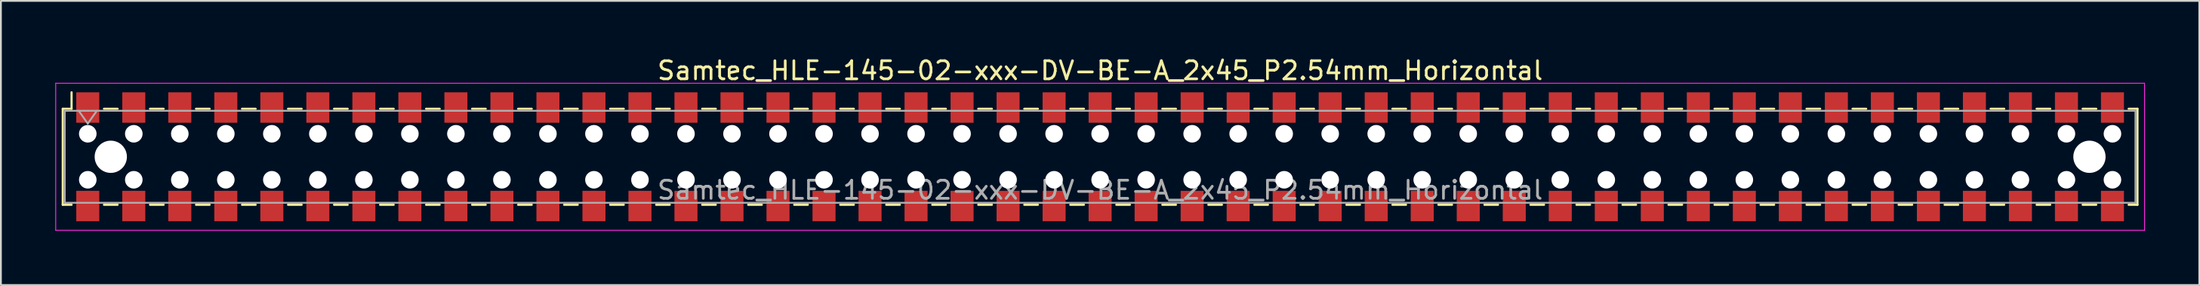
<source format=kicad_pcb>
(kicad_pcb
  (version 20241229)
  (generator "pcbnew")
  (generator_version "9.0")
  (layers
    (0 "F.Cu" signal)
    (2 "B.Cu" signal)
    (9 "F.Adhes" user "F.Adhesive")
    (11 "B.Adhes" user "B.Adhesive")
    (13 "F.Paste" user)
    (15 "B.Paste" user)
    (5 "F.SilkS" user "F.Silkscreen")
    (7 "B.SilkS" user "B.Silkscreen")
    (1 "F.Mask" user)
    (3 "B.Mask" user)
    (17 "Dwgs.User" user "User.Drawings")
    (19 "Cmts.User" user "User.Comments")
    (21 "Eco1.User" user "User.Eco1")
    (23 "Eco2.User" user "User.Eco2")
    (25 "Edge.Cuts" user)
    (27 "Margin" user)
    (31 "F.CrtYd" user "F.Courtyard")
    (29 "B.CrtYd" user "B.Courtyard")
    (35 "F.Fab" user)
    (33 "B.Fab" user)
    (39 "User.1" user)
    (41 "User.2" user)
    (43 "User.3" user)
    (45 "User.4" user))
  (footprint "Samtec_HLE-145-02-xxx-DV-BE-A_2x45_P2.54mm_Horizontal"
    (layer "F.Cu")
    (at 57.675 5.608)
    (property "Reference" "Samtec_HLE-145-02-xxx-DV-BE-A_2x45_P2.54mm_Horizontal" (at 0 -4.76 0) (layer "F.SilkS") (effects (font (size 1 1) (thickness 0.15))))
    (attr smd)
    (fp_line (start -57.26 -2.65) (end -57.26 2.65) (stroke (width 0.12) (type solid)) (layer "F.SilkS"))
    (fp_line (start -57.26 2.65) (end -56.775 2.65) (stroke (width 0.12) (type solid)) (layer "F.SilkS"))
    (fp_line (start -56.775 -3.56) (end -56.775 -2.65) (stroke (width 0.12) (type solid)) (layer "F.SilkS"))
    (fp_line (start -56.775 -2.65) (end -57.26 -2.65) (stroke (width 0.12) (type solid)) (layer "F.SilkS"))
    (fp_line (start -54.985 -2.65) (end -54.235 -2.65) (stroke (width 0.12) (type solid)) (layer "F.SilkS"))
    (fp_line (start -54.985 2.65) (end -54.235 2.65) (stroke (width 0.12) (type solid)) (layer "F.SilkS"))
    (fp_line (start -52.445 -2.65) (end -51.695 -2.65) (stroke (width 0.12) (type solid)) (layer "F.SilkS"))
    (fp_line (start -52.445 2.65) (end -51.695 2.65) (stroke (width 0.12) (type solid)) (layer "F.SilkS"))
    (fp_line (start -49.905 -2.65) (end -49.155 -2.65) (stroke (width 0.12) (type solid)) (layer "F.SilkS"))
    (fp_line (start -49.905 2.65) (end -49.155 2.65) (stroke (width 0.12) (type solid)) (layer "F.SilkS"))
    (fp_line (start -47.365 -2.65) (end -46.615 -2.65) (stroke (width 0.12) (type solid)) (layer "F.SilkS"))
    (fp_line (start -47.365 2.65) (end -46.615 2.65) (stroke (width 0.12) (type solid)) (layer "F.SilkS"))
    (fp_line (start -44.825 -2.65) (end -44.075 -2.65) (stroke (width 0.12) (type solid)) (layer "F.SilkS"))
    (fp_line (start -44.825 2.65) (end -44.075 2.65) (stroke (width 0.12) (type solid)) (layer "F.SilkS"))
    (fp_line (start -42.285 -2.65) (end -41.535 -2.65) (stroke (width 0.12) (type solid)) (layer "F.SilkS"))
    (fp_line (start -42.285 2.65) (end -41.535 2.65) (stroke (width 0.12) (type solid)) (layer "F.SilkS"))
    (fp_line (start -39.745 -2.65) (end -38.995 -2.65) (stroke (width 0.12) (type solid)) (layer "F.SilkS"))
    (fp_line (start -39.745 2.65) (end -38.995 2.65) (stroke (width 0.12) (type solid)) (layer "F.SilkS"))
    (fp_line (start -37.205 -2.65) (end -36.455 -2.65) (stroke (width 0.12) (type solid)) (layer "F.SilkS"))
    (fp_line (start -37.205 2.65) (end -36.455 2.65) (stroke (width 0.12) (type solid)) (layer "F.SilkS"))
    (fp_line (start -34.665 -2.65) (end -33.915 -2.65) (stroke (width 0.12) (type solid)) (layer "F.SilkS"))
    (fp_line (start -34.665 2.65) (end -33.915 2.65) (stroke (width 0.12) (type solid)) (layer "F.SilkS"))
    (fp_line (start -32.125 -2.65) (end -31.375 -2.65) (stroke (width 0.12) (type solid)) (layer "F.SilkS"))
    (fp_line (start -32.125 2.65) (end -31.375 2.65) (stroke (width 0.12) (type solid)) (layer "F.SilkS"))
    (fp_line (start -29.585 -2.65) (end -28.835 -2.65) (stroke (width 0.12) (type solid)) (layer "F.SilkS"))
    (fp_line (start -29.585 2.65) (end -28.835 2.65) (stroke (width 0.12) (type solid)) (layer "F.SilkS"))
    (fp_line (start -27.045 -2.65) (end -26.295 -2.65) (stroke (width 0.12) (type solid)) (layer "F.SilkS"))
    (fp_line (start -27.045 2.65) (end -26.295 2.65) (stroke (width 0.12) (type solid)) (layer "F.SilkS"))
    (fp_line (start -24.505 -2.65) (end -23.755 -2.65) (stroke (width 0.12) (type solid)) (layer "F.SilkS"))
    (fp_line (start -24.505 2.65) (end -23.755 2.65) (stroke (width 0.12) (type solid)) (layer "F.SilkS"))
    (fp_line (start -21.965 -2.65) (end -21.215 -2.65) (stroke (width 0.12) (type solid)) (layer "F.SilkS"))
    (fp_line (start -21.965 2.65) (end -21.215 2.65) (stroke (width 0.12) (type solid)) (layer "F.SilkS"))
    (fp_line (start -19.425 -2.65) (end -18.675 -2.65) (stroke (width 0.12) (type solid)) (layer "F.SilkS"))
    (fp_line (start -19.425 2.65) (end -18.675 2.65) (stroke (width 0.12) (type solid)) (layer "F.SilkS"))
    (fp_line (start -16.885 -2.65) (end -16.135 -2.65) (stroke (width 0.12) (type solid)) (layer "F.SilkS"))
    (fp_line (start -16.885 2.65) (end -16.135 2.65) (stroke (width 0.12) (type solid)) (layer "F.SilkS"))
    (fp_line (start -14.345 -2.65) (end -13.595 -2.65) (stroke (width 0.12) (type solid)) (layer "F.SilkS"))
    (fp_line (start -14.345 2.65) (end -13.595 2.65) (stroke (width 0.12) (type solid)) (layer "F.SilkS"))
    (fp_line (start -11.805 -2.65) (end -11.055 -2.65) (stroke (width 0.12) (type solid)) (layer "F.SilkS"))
    (fp_line (start -11.805 2.65) (end -11.055 2.65) (stroke (width 0.12) (type solid)) (layer "F.SilkS"))
    (fp_line (start -9.265 -2.65) (end -8.515 -2.65) (stroke (width 0.12) (type solid)) (layer "F.SilkS"))
    (fp_line (start -9.265 2.65) (end -8.515 2.65) (stroke (width 0.12) (type solid)) (layer "F.SilkS"))
    (fp_line (start -6.725 -2.65) (end -5.975 -2.65) (stroke (width 0.12) (type solid)) (layer "F.SilkS"))
    (fp_line (start -6.725 2.65) (end -5.975 2.65) (stroke (width 0.12) (type solid)) (layer "F.SilkS"))
    (fp_line (start -4.185 -2.65) (end -3.435 -2.65) (stroke (width 0.12) (type solid)) (layer "F.SilkS"))
    (fp_line (start -4.185 2.65) (end -3.435 2.65) (stroke (width 0.12) (type solid)) (layer "F.SilkS"))
    (fp_line (start -1.645 -2.65) (end -0.895 -2.65) (stroke (width 0.12) (type solid)) (layer "F.SilkS"))
    (fp_line (start -1.645 2.65) (end -0.895 2.65) (stroke (width 0.12) (type solid)) (layer "F.SilkS"))
    (fp_line (start 0.895 -2.65) (end 1.645 -2.65) (stroke (width 0.12) (type solid)) (layer "F.SilkS"))
    (fp_line (start 0.895 2.65) (end 1.645 2.65) (stroke (width 0.12) (type solid)) (layer "F.SilkS"))
    (fp_line (start 3.435 -2.65) (end 4.185 -2.65) (stroke (width 0.12) (type solid)) (layer "F.SilkS"))
    (fp_line (start 3.435 2.65) (end 4.185 2.65) (stroke (width 0.12) (type solid)) (layer "F.SilkS"))
    (fp_line (start 5.975 -2.65) (end 6.725 -2.65) (stroke (width 0.12) (type solid)) (layer "F.SilkS"))
    (fp_line (start 5.975 2.65) (end 6.725 2.65) (stroke (width 0.12) (type solid)) (layer "F.SilkS"))
    (fp_line (start 8.515 -2.65) (end 9.265 -2.65) (stroke (width 0.12) (type solid)) (layer "F.SilkS"))
    (fp_line (start 8.515 2.65) (end 9.265 2.65) (stroke (width 0.12) (type solid)) (layer "F.SilkS"))
    (fp_line (start 11.055 -2.65) (end 11.805 -2.65) (stroke (width 0.12) (type solid)) (layer "F.SilkS"))
    (fp_line (start 11.055 2.65) (end 11.805 2.65) (stroke (width 0.12) (type solid)) (layer "F.SilkS"))
    (fp_line (start 13.595 -2.65) (end 14.345 -2.65) (stroke (width 0.12) (type solid)) (layer "F.SilkS"))
    (fp_line (start 13.595 2.65) (end 14.345 2.65) (stroke (width 0.12) (type solid)) (layer "F.SilkS"))
    (fp_line (start 16.135 -2.65) (end 16.885 -2.65) (stroke (width 0.12) (type solid)) (layer "F.SilkS"))
    (fp_line (start 16.135 2.65) (end 16.885 2.65) (stroke (width 0.12) (type solid)) (layer "F.SilkS"))
    (fp_line (start 18.675 -2.65) (end 19.425 -2.65) (stroke (width 0.12) (type solid)) (layer "F.SilkS"))
    (fp_line (start 18.675 2.65) (end 19.425 2.65) (stroke (width 0.12) (type solid)) (layer "F.SilkS"))
    (fp_line (start 21.215 -2.65) (end 21.965 -2.65) (stroke (width 0.12) (type solid)) (layer "F.SilkS"))
    (fp_line (start 21.215 2.65) (end 21.965 2.65) (stroke (width 0.12) (type solid)) (layer "F.SilkS"))
    (fp_line (start 23.755 -2.65) (end 24.505 -2.65) (stroke (width 0.12) (type solid)) (layer "F.SilkS"))
    (fp_line (start 23.755 2.65) (end 24.505 2.65) (stroke (width 0.12) (type solid)) (layer "F.SilkS"))
    (fp_line (start 26.295 -2.65) (end 27.045 -2.65) (stroke (width 0.12) (type solid)) (layer "F.SilkS"))
    (fp_line (start 26.295 2.65) (end 27.045 2.65) (stroke (width 0.12) (type solid)) (layer "F.SilkS"))
    (fp_line (start 28.835 -2.65) (end 29.585 -2.65) (stroke (width 0.12) (type solid)) (layer "F.SilkS"))
    (fp_line (start 28.835 2.65) (end 29.585 2.65) (stroke (width 0.12) (type solid)) (layer "F.SilkS"))
    (fp_line (start 31.375 -2.65) (end 32.125 -2.65) (stroke (width 0.12) (type solid)) (layer "F.SilkS"))
    (fp_line (start 31.375 2.65) (end 32.125 2.65) (stroke (width 0.12) (type solid)) (layer "F.SilkS"))
    (fp_line (start 33.915 -2.65) (end 34.665 -2.65) (stroke (width 0.12) (type solid)) (layer "F.SilkS"))
    (fp_line (start 33.915 2.65) (end 34.665 2.65) (stroke (width 0.12) (type solid)) (layer "F.SilkS"))
    (fp_line (start 36.455 -2.65) (end 37.205 -2.65) (stroke (width 0.12) (type solid)) (layer "F.SilkS"))
    (fp_line (start 36.455 2.65) (end 37.205 2.65) (stroke (width 0.12) (type solid)) (layer "F.SilkS"))
    (fp_line (start 38.995 -2.65) (end 39.745 -2.65) (stroke (width 0.12) (type solid)) (layer "F.SilkS"))
    (fp_line (start 38.995 2.65) (end 39.745 2.65) (stroke (width 0.12) (type solid)) (layer "F.SilkS"))
    (fp_line (start 41.535 -2.65) (end 42.285 -2.65) (stroke (width 0.12) (type solid)) (layer "F.SilkS"))
    (fp_line (start 41.535 2.65) (end 42.285 2.65) (stroke (width 0.12) (type solid)) (layer "F.SilkS"))
    (fp_line (start 44.075 -2.65) (end 44.825 -2.65) (stroke (width 0.12) (type solid)) (layer "F.SilkS"))
    (fp_line (start 44.075 2.65) (end 44.825 2.65) (stroke (width 0.12) (type solid)) (layer "F.SilkS"))
    (fp_line (start 46.615 -2.65) (end 47.365 -2.65) (stroke (width 0.12) (type solid)) (layer "F.SilkS"))
    (fp_line (start 46.615 2.65) (end 47.365 2.65) (stroke (width 0.12) (type solid)) (layer "F.SilkS"))
    (fp_line (start 49.155 -2.65) (end 49.905 -2.65) (stroke (width 0.12) (type solid)) (layer "F.SilkS"))
    (fp_line (start 49.155 2.65) (end 49.905 2.65) (stroke (width 0.12) (type solid)) (layer "F.SilkS"))
    (fp_line (start 51.695 -2.65) (end 52.445 -2.65) (stroke (width 0.12) (type solid)) (layer "F.SilkS"))
    (fp_line (start 51.695 2.65) (end 52.445 2.65) (stroke (width 0.12) (type solid)) (layer "F.SilkS"))
    (fp_line (start 54.235 -2.65) (end 54.985 -2.65) (stroke (width 0.12) (type solid)) (layer "F.SilkS"))
    (fp_line (start 54.235 2.65) (end 54.985 2.65) (stroke (width 0.12) (type solid)) (layer "F.SilkS"))
    (fp_line (start 56.775 -2.65) (end 57.26 -2.65) (stroke (width 0.12) (type solid)) (layer "F.SilkS"))
    (fp_line (start 57.26 -2.65) (end 57.26 2.65) (stroke (width 0.12) (type solid)) (layer "F.SilkS"))
    (fp_line (start 57.26 2.65) (end 56.775 2.65) (stroke (width 0.12) (type solid)) (layer "F.SilkS"))
    (fp_line (start -57.65 -4.06) (end 57.65 -4.06) (stroke (width 0.05) (type solid)) (layer "F.CrtYd"))
    (fp_line (start -57.65 4.06) (end -57.65 -4.06) (stroke (width 0.05) (type solid)) (layer "F.CrtYd"))
    (fp_line (start 57.65 -4.06) (end 57.65 4.06) (stroke (width 0.05) (type solid)) (layer "F.CrtYd"))
    (fp_line (start 57.65 4.06) (end -57.65 4.06) (stroke (width 0.05) (type solid)) (layer "F.CrtYd"))
    (fp_line (start -57.15 -2.54) (end 57.15 -2.54) (stroke (width 0.1) (type solid)) (layer "F.Fab"))
    (fp_line (start -57.15 2.54) (end -57.15 -2.54) (stroke (width 0.1) (type solid)) (layer "F.Fab"))
    (fp_line (start -56.38 -2.54) (end -55.88 -1.833) (stroke (width 0.1) (type solid)) (layer "F.Fab"))
    (fp_line (start -55.88 -1.833) (end -55.38 -2.54) (stroke (width 0.1) (type solid)) (layer "F.Fab"))
    (fp_line (start 57.15 -2.54) (end 57.15 2.54) (stroke (width 0.1) (type solid)) (layer "F.Fab"))
    (fp_line (start 57.15 2.54) (end -57.15 2.54) (stroke (width 0.1) (type solid)) (layer "F.Fab"))
    (fp_text user "${REFERENCE}" (at 0 1.84 0) (layer "F.Fab") (effects (font (size 1 1) (thickness 0.15))))
    (pad "" np_thru_hole circle (at -55.88 -1.27) (size 0.97 0.97) (drill 0.97) (layers "*.Cu" "*.Mask"))
    (pad "" np_thru_hole circle (at -55.88 1.27) (size 0.97 0.97) (drill 0.97) (layers "*.Cu" "*.Mask"))
    (pad "" np_thru_hole circle (at -54.61 0) (size 1.78 1.78) (drill 1.78) (layers "*.Cu" "*.Mask"))
    (pad "" np_thru_hole circle (at -53.34 -1.27) (size 0.97 0.97) (drill 0.97) (layers "*.Cu" "*.Mask"))
    (pad "" np_thru_hole circle (at -53.34 1.27) (size 0.97 0.97) (drill 0.97) (layers "*.Cu" "*.Mask"))
    (pad "" np_thru_hole circle (at -50.8 -1.27) (size 0.97 0.97) (drill 0.97) (layers "*.Cu" "*.Mask"))
    (pad "" np_thru_hole circle (at -50.8 1.27) (size 0.97 0.97) (drill 0.97) (layers "*.Cu" "*.Mask"))
    (pad "" np_thru_hole circle (at -48.26 -1.27) (size 0.97 0.97) (drill 0.97) (layers "*.Cu" "*.Mask"))
    (pad "" np_thru_hole circle (at -48.26 1.27) (size 0.97 0.97) (drill 0.97) (layers "*.Cu" "*.Mask"))
    (pad "" np_thru_hole circle (at -45.72 -1.27) (size 0.97 0.97) (drill 0.97) (layers "*.Cu" "*.Mask"))
    (pad "" np_thru_hole circle (at -45.72 1.27) (size 0.97 0.97) (drill 0.97) (layers "*.Cu" "*.Mask"))
    (pad "" np_thru_hole circle (at -43.18 -1.27) (size 0.97 0.97) (drill 0.97) (layers "*.Cu" "*.Mask"))
    (pad "" np_thru_hole circle (at -43.18 1.27) (size 0.97 0.97) (drill 0.97) (layers "*.Cu" "*.Mask"))
    (pad "" np_thru_hole circle (at -40.64 -1.27) (size 0.97 0.97) (drill 0.97) (layers "*.Cu" "*.Mask"))
    (pad "" np_thru_hole circle (at -40.64 1.27) (size 0.97 0.97) (drill 0.97) (layers "*.Cu" "*.Mask"))
    (pad "" np_thru_hole circle (at -38.1 -1.27) (size 0.97 0.97) (drill 0.97) (layers "*.Cu" "*.Mask"))
    (pad "" np_thru_hole circle (at -38.1 1.27) (size 0.97 0.97) (drill 0.97) (layers "*.Cu" "*.Mask"))
    (pad "" np_thru_hole circle (at -35.56 -1.27) (size 0.97 0.97) (drill 0.97) (layers "*.Cu" "*.Mask"))
    (pad "" np_thru_hole circle (at -35.56 1.27) (size 0.97 0.97) (drill 0.97) (layers "*.Cu" "*.Mask"))
    (pad "" np_thru_hole circle (at -33.02 -1.27) (size 0.97 0.97) (drill 0.97) (layers "*.Cu" "*.Mask"))
    (pad "" np_thru_hole circle (at -33.02 1.27) (size 0.97 0.97) (drill 0.97) (layers "*.Cu" "*.Mask"))
    (pad "" np_thru_hole circle (at -30.48 -1.27) (size 0.97 0.97) (drill 0.97) (layers "*.Cu" "*.Mask"))
    (pad "" np_thru_hole circle (at -30.48 1.27) (size 0.97 0.97) (drill 0.97) (layers "*.Cu" "*.Mask"))
    (pad "" np_thru_hole circle (at -27.94 -1.27) (size 0.97 0.97) (drill 0.97) (layers "*.Cu" "*.Mask"))
    (pad "" np_thru_hole circle (at -27.94 1.27) (size 0.97 0.97) (drill 0.97) (layers "*.Cu" "*.Mask"))
    (pad "" np_thru_hole circle (at -25.4 -1.27) (size 0.97 0.97) (drill 0.97) (layers "*.Cu" "*.Mask"))
    (pad "" np_thru_hole circle (at -25.4 1.27) (size 0.97 0.97) (drill 0.97) (layers "*.Cu" "*.Mask"))
    (pad "" np_thru_hole circle (at -22.86 -1.27) (size 0.97 0.97) (drill 0.97) (layers "*.Cu" "*.Mask"))
    (pad "" np_thru_hole circle (at -22.86 1.27) (size 0.97 0.97) (drill 0.97) (layers "*.Cu" "*.Mask"))
    (pad "" np_thru_hole circle (at -20.32 -1.27) (size 0.97 0.97) (drill 0.97) (layers "*.Cu" "*.Mask"))
    (pad "" np_thru_hole circle (at -20.32 1.27) (size 0.97 0.97) (drill 0.97) (layers "*.Cu" "*.Mask"))
    (pad "" np_thru_hole circle (at -17.78 -1.27) (size 0.97 0.97) (drill 0.97) (layers "*.Cu" "*.Mask"))
    (pad "" np_thru_hole circle (at -17.78 1.27) (size 0.97 0.97) (drill 0.97) (layers "*.Cu" "*.Mask"))
    (pad "" np_thru_hole circle (at -15.24 -1.27) (size 0.97 0.97) (drill 0.97) (layers "*.Cu" "*.Mask"))
    (pad "" np_thru_hole circle (at -15.24 1.27) (size 0.97 0.97) (drill 0.97) (layers "*.Cu" "*.Mask"))
    (pad "" np_thru_hole circle (at -12.7 -1.27) (size 0.97 0.97) (drill 0.97) (layers "*.Cu" "*.Mask"))
    (pad "" np_thru_hole circle (at -12.7 1.27) (size 0.97 0.97) (drill 0.97) (layers "*.Cu" "*.Mask"))
    (pad "" np_thru_hole circle (at -10.16 -1.27) (size 0.97 0.97) (drill 0.97) (layers "*.Cu" "*.Mask"))
    (pad "" np_thru_hole circle (at -10.16 1.27) (size 0.97 0.97) (drill 0.97) (layers "*.Cu" "*.Mask"))
    (pad "" np_thru_hole circle (at -7.62 -1.27) (size 0.97 0.97) (drill 0.97) (layers "*.Cu" "*.Mask"))
    (pad "" np_thru_hole circle (at -7.62 1.27) (size 0.97 0.97) (drill 0.97) (layers "*.Cu" "*.Mask"))
    (pad "" np_thru_hole circle (at -5.08 -1.27) (size 0.97 0.97) (drill 0.97) (layers "*.Cu" "*.Mask"))
    (pad "" np_thru_hole circle (at -5.08 1.27) (size 0.97 0.97) (drill 0.97) (layers "*.Cu" "*.Mask"))
    (pad "" np_thru_hole circle (at -2.54 -1.27) (size 0.97 0.97) (drill 0.97) (layers "*.Cu" "*.Mask"))
    (pad "" np_thru_hole circle (at -2.54 1.27) (size 0.97 0.97) (drill 0.97) (layers "*.Cu" "*.Mask"))
    (pad "" np_thru_hole circle (at 0 -1.27) (size 0.97 0.97) (drill 0.97) (layers "*.Cu" "*.Mask"))
    (pad "" np_thru_hole circle (at 0 1.27) (size 0.97 0.97) (drill 0.97) (layers "*.Cu" "*.Mask"))
    (pad "" np_thru_hole circle (at 2.54 -1.27) (size 0.97 0.97) (drill 0.97) (layers "*.Cu" "*.Mask"))
    (pad "" np_thru_hole circle (at 2.54 1.27) (size 0.97 0.97) (drill 0.97) (layers "*.Cu" "*.Mask"))
    (pad "" np_thru_hole circle (at 5.08 -1.27) (size 0.97 0.97) (drill 0.97) (layers "*.Cu" "*.Mask"))
    (pad "" np_thru_hole circle (at 5.08 1.27) (size 0.97 0.97) (drill 0.97) (layers "*.Cu" "*.Mask"))
    (pad "" np_thru_hole circle (at 7.62 -1.27) (size 0.97 0.97) (drill 0.97) (layers "*.Cu" "*.Mask"))
    (pad "" np_thru_hole circle (at 7.62 1.27) (size 0.97 0.97) (drill 0.97) (layers "*.Cu" "*.Mask"))
    (pad "" np_thru_hole circle (at 10.16 -1.27) (size 0.97 0.97) (drill 0.97) (layers "*.Cu" "*.Mask"))
    (pad "" np_thru_hole circle (at 10.16 1.27) (size 0.97 0.97) (drill 0.97) (layers "*.Cu" "*.Mask"))
    (pad "" np_thru_hole circle (at 12.7 -1.27) (size 0.97 0.97) (drill 0.97) (layers "*.Cu" "*.Mask"))
    (pad "" np_thru_hole circle (at 12.7 1.27) (size 0.97 0.97) (drill 0.97) (layers "*.Cu" "*.Mask"))
    (pad "" np_thru_hole circle (at 15.24 -1.27) (size 0.97 0.97) (drill 0.97) (layers "*.Cu" "*.Mask"))
    (pad "" np_thru_hole circle (at 15.24 1.27) (size 0.97 0.97) (drill 0.97) (layers "*.Cu" "*.Mask"))
    (pad "" np_thru_hole circle (at 17.78 -1.27) (size 0.97 0.97) (drill 0.97) (layers "*.Cu" "*.Mask"))
    (pad "" np_thru_hole circle (at 17.78 1.27) (size 0.97 0.97) (drill 0.97) (layers "*.Cu" "*.Mask"))
    (pad "" np_thru_hole circle (at 20.32 -1.27) (size 0.97 0.97) (drill 0.97) (layers "*.Cu" "*.Mask"))
    (pad "" np_thru_hole circle (at 20.32 1.27) (size 0.97 0.97) (drill 0.97) (layers "*.Cu" "*.Mask"))
    (pad "" np_thru_hole circle (at 22.86 -1.27) (size 0.97 0.97) (drill 0.97) (layers "*.Cu" "*.Mask"))
    (pad "" np_thru_hole circle (at 22.86 1.27) (size 0.97 0.97) (drill 0.97) (layers "*.Cu" "*.Mask"))
    (pad "" np_thru_hole circle (at 25.4 -1.27) (size 0.97 0.97) (drill 0.97) (layers "*.Cu" "*.Mask"))
    (pad "" np_thru_hole circle (at 25.4 1.27) (size 0.97 0.97) (drill 0.97) (layers "*.Cu" "*.Mask"))
    (pad "" np_thru_hole circle (at 27.94 -1.27) (size 0.97 0.97) (drill 0.97) (layers "*.Cu" "*.Mask"))
    (pad "" np_thru_hole circle (at 27.94 1.27) (size 0.97 0.97) (drill 0.97) (layers "*.Cu" "*.Mask"))
    (pad "" np_thru_hole circle (at 30.48 -1.27) (size 0.97 0.97) (drill 0.97) (layers "*.Cu" "*.Mask"))
    (pad "" np_thru_hole circle (at 30.48 1.27) (size 0.97 0.97) (drill 0.97) (layers "*.Cu" "*.Mask"))
    (pad "" np_thru_hole circle (at 33.02 -1.27) (size 0.97 0.97) (drill 0.97) (layers "*.Cu" "*.Mask"))
    (pad "" np_thru_hole circle (at 33.02 1.27) (size 0.97 0.97) (drill 0.97) (layers "*.Cu" "*.Mask"))
    (pad "" np_thru_hole circle (at 35.56 -1.27) (size 0.97 0.97) (drill 0.97) (layers "*.Cu" "*.Mask"))
    (pad "" np_thru_hole circle (at 35.56 1.27) (size 0.97 0.97) (drill 0.97) (layers "*.Cu" "*.Mask"))
    (pad "" np_thru_hole circle (at 38.1 -1.27) (size 0.97 0.97) (drill 0.97) (layers "*.Cu" "*.Mask"))
    (pad "" np_thru_hole circle (at 38.1 1.27) (size 0.97 0.97) (drill 0.97) (layers "*.Cu" "*.Mask"))
    (pad "" np_thru_hole circle (at 40.64 -1.27) (size 0.97 0.97) (drill 0.97) (layers "*.Cu" "*.Mask"))
    (pad "" np_thru_hole circle (at 40.64 1.27) (size 0.97 0.97) (drill 0.97) (layers "*.Cu" "*.Mask"))
    (pad "" np_thru_hole circle (at 43.18 -1.27) (size 0.97 0.97) (drill 0.97) (layers "*.Cu" "*.Mask"))
    (pad "" np_thru_hole circle (at 43.18 1.27) (size 0.97 0.97) (drill 0.97) (layers "*.Cu" "*.Mask"))
    (pad "" np_thru_hole circle (at 45.72 -1.27) (size 0.97 0.97) (drill 0.97) (layers "*.Cu" "*.Mask"))
    (pad "" np_thru_hole circle (at 45.72 1.27) (size 0.97 0.97) (drill 0.97) (layers "*.Cu" "*.Mask"))
    (pad "" np_thru_hole circle (at 48.26 -1.27) (size 0.97 0.97) (drill 0.97) (layers "*.Cu" "*.Mask"))
    (pad "" np_thru_hole circle (at 48.26 1.27) (size 0.97 0.97) (drill 0.97) (layers "*.Cu" "*.Mask"))
    (pad "" np_thru_hole circle (at 50.8 -1.27) (size 0.97 0.97) (drill 0.97) (layers "*.Cu" "*.Mask"))
    (pad "" np_thru_hole circle (at 50.8 1.27) (size 0.97 0.97) (drill 0.97) (layers "*.Cu" "*.Mask"))
    (pad "" np_thru_hole circle (at 53.34 -1.27) (size 0.97 0.97) (drill 0.97) (layers "*.Cu" "*.Mask"))
    (pad "" np_thru_hole circle (at 53.34 1.27) (size 0.97 0.97) (drill 0.97) (layers "*.Cu" "*.Mask"))
    (pad "" np_thru_hole circle (at 54.61 0) (size 1.78 1.78) (drill 1.78) (layers "*.Cu" "*.Mask"))
    (pad "" np_thru_hole circle (at 55.88 -1.27) (size 0.97 0.97) (drill 0.97) (layers "*.Cu" "*.Mask"))
    (pad "" np_thru_hole circle (at 55.88 1.27) (size 0.97 0.97) (drill 0.97) (layers "*.Cu" "*.Mask"))
    (pad "1" smd rect (at -55.88 -2.72) (size 1.27 1.68) (layers "F.Cu" "F.Mask" "F.Paste"))
    (pad "2" smd rect (at -55.88 2.72) (size 1.27 1.68) (layers "F.Cu" "F.Mask" "F.Paste"))
    (pad "3" smd rect (at -53.34 -2.72) (size 1.27 1.68) (layers "F.Cu" "F.Mask" "F.Paste"))
    (pad "4" smd rect (at -53.34 2.72) (size 1.27 1.68) (layers "F.Cu" "F.Mask" "F.Paste"))
    (pad "5" smd rect (at -50.8 -2.72) (size 1.27 1.68) (layers "F.Cu" "F.Mask" "F.Paste"))
    (pad "6" smd rect (at -50.8 2.72) (size 1.27 1.68) (layers "F.Cu" "F.Mask" "F.Paste"))
    (pad "7" smd rect (at -48.26 -2.72) (size 1.27 1.68) (layers "F.Cu" "F.Mask" "F.Paste"))
    (pad "8" smd rect (at -48.26 2.72) (size 1.27 1.68) (layers "F.Cu" "F.Mask" "F.Paste"))
    (pad "9" smd rect (at -45.72 -2.72) (size 1.27 1.68) (layers "F.Cu" "F.Mask" "F.Paste"))
    (pad "10" smd rect (at -45.72 2.72) (size 1.27 1.68) (layers "F.Cu" "F.Mask" "F.Paste"))
    (pad "11" smd rect (at -43.18 -2.72) (size 1.27 1.68) (layers "F.Cu" "F.Mask" "F.Paste"))
    (pad "12" smd rect (at -43.18 2.72) (size 1.27 1.68) (layers "F.Cu" "F.Mask" "F.Paste"))
    (pad "13" smd rect (at -40.64 -2.72) (size 1.27 1.68) (layers "F.Cu" "F.Mask" "F.Paste"))
    (pad "14" smd rect (at -40.64 2.72) (size 1.27 1.68) (layers "F.Cu" "F.Mask" "F.Paste"))
    (pad "15" smd rect (at -38.1 -2.72) (size 1.27 1.68) (layers "F.Cu" "F.Mask" "F.Paste"))
    (pad "16" smd rect (at -38.1 2.72) (size 1.27 1.68) (layers "F.Cu" "F.Mask" "F.Paste"))
    (pad "17" smd rect (at -35.56 -2.72) (size 1.27 1.68) (layers "F.Cu" "F.Mask" "F.Paste"))
    (pad "18" smd rect (at -35.56 2.72) (size 1.27 1.68) (layers "F.Cu" "F.Mask" "F.Paste"))
    (pad "19" smd rect (at -33.02 -2.72) (size 1.27 1.68) (layers "F.Cu" "F.Mask" "F.Paste"))
    (pad "20" smd rect (at -33.02 2.72) (size 1.27 1.68) (layers "F.Cu" "F.Mask" "F.Paste"))
    (pad "21" smd rect (at -30.48 -2.72) (size 1.27 1.68) (layers "F.Cu" "F.Mask" "F.Paste"))
    (pad "22" smd rect (at -30.48 2.72) (size 1.27 1.68) (layers "F.Cu" "F.Mask" "F.Paste"))
    (pad "23" smd rect (at -27.94 -2.72) (size 1.27 1.68) (layers "F.Cu" "F.Mask" "F.Paste"))
    (pad "24" smd rect (at -27.94 2.72) (size 1.27 1.68) (layers "F.Cu" "F.Mask" "F.Paste"))
    (pad "25" smd rect (at -25.4 -2.72) (size 1.27 1.68) (layers "F.Cu" "F.Mask" "F.Paste"))
    (pad "26" smd rect (at -25.4 2.72) (size 1.27 1.68) (layers "F.Cu" "F.Mask" "F.Paste"))
    (pad "27" smd rect (at -22.86 -2.72) (size 1.27 1.68) (layers "F.Cu" "F.Mask" "F.Paste"))
    (pad "28" smd rect (at -22.86 2.72) (size 1.27 1.68) (layers "F.Cu" "F.Mask" "F.Paste"))
    (pad "29" smd rect (at -20.32 -2.72) (size 1.27 1.68) (layers "F.Cu" "F.Mask" "F.Paste"))
    (pad "30" smd rect (at -20.32 2.72) (size 1.27 1.68) (layers "F.Cu" "F.Mask" "F.Paste"))
    (pad "31" smd rect (at -17.78 -2.72) (size 1.27 1.68) (layers "F.Cu" "F.Mask" "F.Paste"))
    (pad "32" smd rect (at -17.78 2.72) (size 1.27 1.68) (layers "F.Cu" "F.Mask" "F.Paste"))
    (pad "33" smd rect (at -15.24 -2.72) (size 1.27 1.68) (layers "F.Cu" "F.Mask" "F.Paste"))
    (pad "34" smd rect (at -15.24 2.72) (size 1.27 1.68) (layers "F.Cu" "F.Mask" "F.Paste"))
    (pad "35" smd rect (at -12.7 -2.72) (size 1.27 1.68) (layers "F.Cu" "F.Mask" "F.Paste"))
    (pad "36" smd rect (at -12.7 2.72) (size 1.27 1.68) (layers "F.Cu" "F.Mask" "F.Paste"))
    (pad "37" smd rect (at -10.16 -2.72) (size 1.27 1.68) (layers "F.Cu" "F.Mask" "F.Paste"))
    (pad "38" smd rect (at -10.16 2.72) (size 1.27 1.68) (layers "F.Cu" "F.Mask" "F.Paste"))
    (pad "39" smd rect (at -7.62 -2.72) (size 1.27 1.68) (layers "F.Cu" "F.Mask" "F.Paste"))
    (pad "40" smd rect (at -7.62 2.72) (size 1.27 1.68) (layers "F.Cu" "F.Mask" "F.Paste"))
    (pad "41" smd rect (at -5.08 -2.72) (size 1.27 1.68) (layers "F.Cu" "F.Mask" "F.Paste"))
    (pad "42" smd rect (at -5.08 2.72) (size 1.27 1.68) (layers "F.Cu" "F.Mask" "F.Paste"))
    (pad "43" smd rect (at -2.54 -2.72) (size 1.27 1.68) (layers "F.Cu" "F.Mask" "F.Paste"))
    (pad "44" smd rect (at -2.54 2.72) (size 1.27 1.68) (layers "F.Cu" "F.Mask" "F.Paste"))
    (pad "45" smd rect (at 0 -2.72) (size 1.27 1.68) (layers "F.Cu" "F.Mask" "F.Paste"))
    (pad "46" smd rect (at 0 2.72) (size 1.27 1.68) (layers "F.Cu" "F.Mask" "F.Paste"))
    (pad "47" smd rect (at 2.54 -2.72) (size 1.27 1.68) (layers "F.Cu" "F.Mask" "F.Paste"))
    (pad "48" smd rect (at 2.54 2.72) (size 1.27 1.68) (layers "F.Cu" "F.Mask" "F.Paste"))
    (pad "49" smd rect (at 5.08 -2.72) (size 1.27 1.68) (layers "F.Cu" "F.Mask" "F.Paste"))
    (pad "50" smd rect (at 5.08 2.72) (size 1.27 1.68) (layers "F.Cu" "F.Mask" "F.Paste"))
    (pad "51" smd rect (at 7.62 -2.72) (size 1.27 1.68) (layers "F.Cu" "F.Mask" "F.Paste"))
    (pad "52" smd rect (at 7.62 2.72) (size 1.27 1.68) (layers "F.Cu" "F.Mask" "F.Paste"))
    (pad "53" smd rect (at 10.16 -2.72) (size 1.27 1.68) (layers "F.Cu" "F.Mask" "F.Paste"))
    (pad "54" smd rect (at 10.16 2.72) (size 1.27 1.68) (layers "F.Cu" "F.Mask" "F.Paste"))
    (pad "55" smd rect (at 12.7 -2.72) (size 1.27 1.68) (layers "F.Cu" "F.Mask" "F.Paste"))
    (pad "56" smd rect (at 12.7 2.72) (size 1.27 1.68) (layers "F.Cu" "F.Mask" "F.Paste"))
    (pad "57" smd rect (at 15.24 -2.72) (size 1.27 1.68) (layers "F.Cu" "F.Mask" "F.Paste"))
    (pad "58" smd rect (at 15.24 2.72) (size 1.27 1.68) (layers "F.Cu" "F.Mask" "F.Paste"))
    (pad "59" smd rect (at 17.78 -2.72) (size 1.27 1.68) (layers "F.Cu" "F.Mask" "F.Paste"))
    (pad "60" smd rect (at 17.78 2.72) (size 1.27 1.68) (layers "F.Cu" "F.Mask" "F.Paste"))
    (pad "61" smd rect (at 20.32 -2.72) (size 1.27 1.68) (layers "F.Cu" "F.Mask" "F.Paste"))
    (pad "62" smd rect (at 20.32 2.72) (size 1.27 1.68) (layers "F.Cu" "F.Mask" "F.Paste"))
    (pad "63" smd rect (at 22.86 -2.72) (size 1.27 1.68) (layers "F.Cu" "F.Mask" "F.Paste"))
    (pad "64" smd rect (at 22.86 2.72) (size 1.27 1.68) (layers "F.Cu" "F.Mask" "F.Paste"))
    (pad "65" smd rect (at 25.4 -2.72) (size 1.27 1.68) (layers "F.Cu" "F.Mask" "F.Paste"))
    (pad "66" smd rect (at 25.4 2.72) (size 1.27 1.68) (layers "F.Cu" "F.Mask" "F.Paste"))
    (pad "67" smd rect (at 27.94 -2.72) (size 1.27 1.68) (layers "F.Cu" "F.Mask" "F.Paste"))
    (pad "68" smd rect (at 27.94 2.72) (size 1.27 1.68) (layers "F.Cu" "F.Mask" "F.Paste"))
    (pad "69" smd rect (at 30.48 -2.72) (size 1.27 1.68) (layers "F.Cu" "F.Mask" "F.Paste"))
    (pad "70" smd rect (at 30.48 2.72) (size 1.27 1.68) (layers "F.Cu" "F.Mask" "F.Paste"))
    (pad "71" smd rect (at 33.02 -2.72) (size 1.27 1.68) (layers "F.Cu" "F.Mask" "F.Paste"))
    (pad "72" smd rect (at 33.02 2.72) (size 1.27 1.68) (layers "F.Cu" "F.Mask" "F.Paste"))
    (pad "73" smd rect (at 35.56 -2.72) (size 1.27 1.68) (layers "F.Cu" "F.Mask" "F.Paste"))
    (pad "74" smd rect (at 35.56 2.72) (size 1.27 1.68) (layers "F.Cu" "F.Mask" "F.Paste"))
    (pad "75" smd rect (at 38.1 -2.72) (size 1.27 1.68) (layers "F.Cu" "F.Mask" "F.Paste"))
    (pad "76" smd rect (at 38.1 2.72) (size 1.27 1.68) (layers "F.Cu" "F.Mask" "F.Paste"))
    (pad "77" smd rect (at 40.64 -2.72) (size 1.27 1.68) (layers "F.Cu" "F.Mask" "F.Paste"))
    (pad "78" smd rect (at 40.64 2.72) (size 1.27 1.68) (layers "F.Cu" "F.Mask" "F.Paste"))
    (pad "79" smd rect (at 43.18 -2.72) (size 1.27 1.68) (layers "F.Cu" "F.Mask" "F.Paste"))
    (pad "80" smd rect (at 43.18 2.72) (size 1.27 1.68) (layers "F.Cu" "F.Mask" "F.Paste"))
    (pad "81" smd rect (at 45.72 -2.72) (size 1.27 1.68) (layers "F.Cu" "F.Mask" "F.Paste"))
    (pad "82" smd rect (at 45.72 2.72) (size 1.27 1.68) (layers "F.Cu" "F.Mask" "F.Paste"))
    (pad "83" smd rect (at 48.26 -2.72) (size 1.27 1.68) (layers "F.Cu" "F.Mask" "F.Paste"))
    (pad "84" smd rect (at 48.26 2.72) (size 1.27 1.68) (layers "F.Cu" "F.Mask" "F.Paste"))
    (pad "85" smd rect (at 50.8 -2.72) (size 1.27 1.68) (layers "F.Cu" "F.Mask" "F.Paste"))
    (pad "86" smd rect (at 50.8 2.72) (size 1.27 1.68) (layers "F.Cu" "F.Mask" "F.Paste"))
    (pad "87" smd rect (at 53.34 -2.72) (size 1.27 1.68) (layers "F.Cu" "F.Mask" "F.Paste"))
    (pad "88" smd rect (at 53.34 2.72) (size 1.27 1.68) (layers "F.Cu" "F.Mask" "F.Paste"))
    (pad "89" smd rect (at 55.88 -2.72) (size 1.27 1.68) (layers "F.Cu" "F.Mask" "F.Paste"))
    (pad "90" smd rect (at 55.88 2.72) (size 1.27 1.68) (layers "F.Cu" "F.Mask" "F.Paste")))
  (gr_rect
    (start -3 -3)
    (end 118.35 12.693)
    (stroke (width 0.1) (type default))
    (fill no)
    (layer "Edge.Cuts")))
</source>
